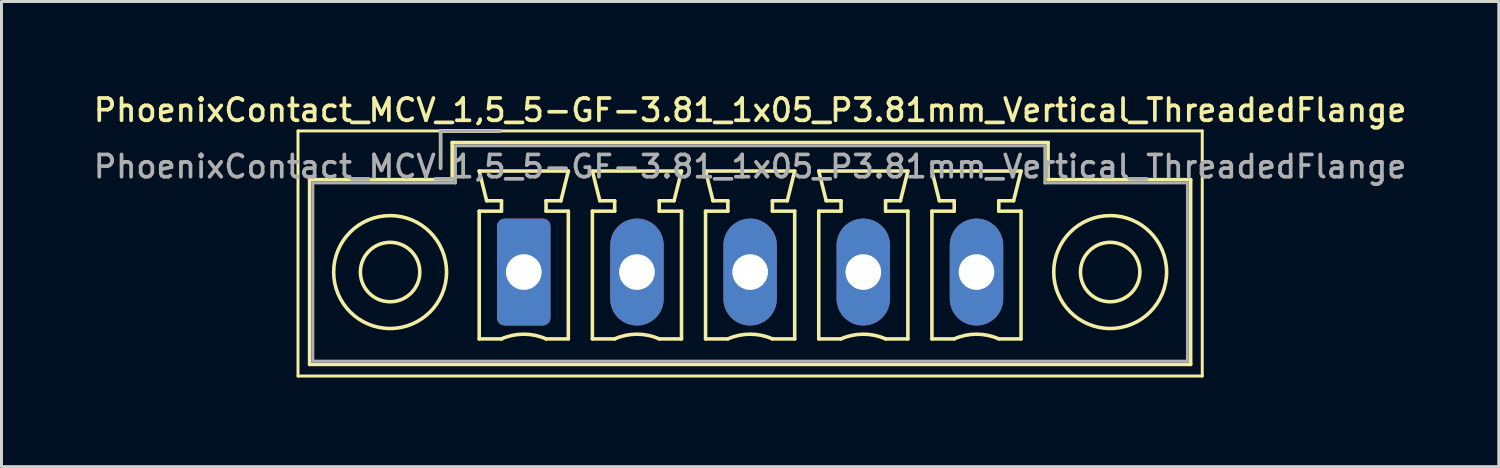
<source format=kicad_pcb>
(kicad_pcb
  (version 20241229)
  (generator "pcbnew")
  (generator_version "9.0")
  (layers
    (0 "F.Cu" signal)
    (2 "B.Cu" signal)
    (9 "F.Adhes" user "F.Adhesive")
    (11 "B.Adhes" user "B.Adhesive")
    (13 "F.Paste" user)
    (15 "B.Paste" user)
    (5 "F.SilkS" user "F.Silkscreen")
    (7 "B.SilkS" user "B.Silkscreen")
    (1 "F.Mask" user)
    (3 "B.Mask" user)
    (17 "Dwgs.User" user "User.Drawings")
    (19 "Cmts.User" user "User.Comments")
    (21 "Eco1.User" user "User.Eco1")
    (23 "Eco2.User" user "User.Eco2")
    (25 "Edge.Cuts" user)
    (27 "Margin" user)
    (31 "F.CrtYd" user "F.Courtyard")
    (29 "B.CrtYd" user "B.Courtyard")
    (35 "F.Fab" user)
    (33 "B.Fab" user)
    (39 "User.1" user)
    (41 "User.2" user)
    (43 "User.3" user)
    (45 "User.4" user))
  (footprint "PhoenixContact_MCV_1,5_5-GF-3.81_1x05_P3.81mm_Vertical_ThreadedFlange"
    (layer "F.Cu")
    (at 14.582 6.108)
    (property "Reference" "PhoenixContact_MCV_1,5_5-GF-3.81_1x05_P3.81mm_Vertical_ThreadedFlange" (at 7.62 -5.45 0) (layer "F.SilkS") (effects (font (size 0.75 0.75) (thickness 0.125))))
    (attr through_hole)
    (fp_line (start -7.6 -4.75) (end -7.6 3.5) (stroke (width 0.1) (type solid)) (layer "F.SilkS"))
    (fp_line (start -7.6 3.5) (end 22.84 3.5) (stroke (width 0.1) (type solid)) (layer "F.SilkS"))
    (fp_line (start -7.21 -3.11) (end -7.21 3.11) (stroke (width 0.12) (type solid)) (layer "F.SilkS"))
    (fp_line (start -7.21 3.11) (end 22.45 3.11) (stroke (width 0.12) (type solid)) (layer "F.SilkS"))
    (fp_line (start -2.8 -4.75) (end -0.8 -4.75) (stroke (width 0.12) (type solid)) (layer "F.SilkS"))
    (fp_line (start -2.8 -3.5) (end -2.8 -4.75) (stroke (width 0.12) (type solid)) (layer "F.SilkS"))
    (fp_line (start -2.41 -4.36) (end -2.41 -3.11) (stroke (width 0.12) (type solid)) (layer "F.SilkS"))
    (fp_line (start -2.41 -3.11) (end -7.21 -3.11) (stroke (width 0.12) (type solid)) (layer "F.SilkS"))
    (fp_line (start -1.5 -3.4) (end 1.5 -3.4) (stroke (width 0.12) (type solid)) (layer "F.SilkS"))
    (fp_line (start -1.5 -2.05) (end -0.75 -2.05) (stroke (width 0.12) (type solid)) (layer "F.SilkS"))
    (fp_line (start -1.5 2.25) (end -1.5 -2.05) (stroke (width 0.12) (type solid)) (layer "F.SilkS"))
    (fp_line (start -1.25 -2.4) (end -1.5 -3.4) (stroke (width 0.12) (type solid)) (layer "F.SilkS"))
    (fp_line (start -0.75 -2.4) (end -1.25 -2.4) (stroke (width 0.12) (type solid)) (layer "F.SilkS"))
    (fp_line (start -0.75 -2.05) (end -0.75 -2.4) (stroke (width 0.12) (type solid)) (layer "F.SilkS"))
    (fp_line (start -0.75 2.25) (end -1.5 2.25) (stroke (width 0.12) (type solid)) (layer "F.SilkS"))
    (fp_line (start 0.75 -2.4) (end 0.75 -2.05) (stroke (width 0.12) (type solid)) (layer "F.SilkS"))
    (fp_line (start 0.75 -2.05) (end 1.5 -2.05) (stroke (width 0.12) (type solid)) (layer "F.SilkS"))
    (fp_line (start 1.25 -2.4) (end 0.75 -2.4) (stroke (width 0.12) (type solid)) (layer "F.SilkS"))
    (fp_line (start 1.5 -3.4) (end 1.25 -2.4) (stroke (width 0.12) (type solid)) (layer "F.SilkS"))
    (fp_line (start 1.5 -2.05) (end 1.5 2.25) (stroke (width 0.12) (type solid)) (layer "F.SilkS"))
    (fp_line (start 1.5 2.25) (end 0.75 2.25) (stroke (width 0.12) (type solid)) (layer "F.SilkS"))
    (fp_line (start 2.31 -3.4) (end 5.31 -3.4) (stroke (width 0.12) (type solid)) (layer "F.SilkS"))
    (fp_line (start 2.31 -2.05) (end 3.06 -2.05) (stroke (width 0.12) (type solid)) (layer "F.SilkS"))
    (fp_line (start 2.31 2.25) (end 2.31 -2.05) (stroke (width 0.12) (type solid)) (layer "F.SilkS"))
    (fp_line (start 2.56 -2.4) (end 2.31 -3.4) (stroke (width 0.12) (type solid)) (layer "F.SilkS"))
    (fp_line (start 3.06 -2.4) (end 2.56 -2.4) (stroke (width 0.12) (type solid)) (layer "F.SilkS"))
    (fp_line (start 3.06 -2.05) (end 3.06 -2.4) (stroke (width 0.12) (type solid)) (layer "F.SilkS"))
    (fp_line (start 3.06 2.25) (end 2.31 2.25) (stroke (width 0.12) (type solid)) (layer "F.SilkS"))
    (fp_line (start 4.56 -2.4) (end 4.56 -2.05) (stroke (width 0.12) (type solid)) (layer "F.SilkS"))
    (fp_line (start 4.56 -2.05) (end 5.31 -2.05) (stroke (width 0.12) (type solid)) (layer "F.SilkS"))
    (fp_line (start 5.06 -2.4) (end 4.56 -2.4) (stroke (width 0.12) (type solid)) (layer "F.SilkS"))
    (fp_line (start 5.31 -3.4) (end 5.06 -2.4) (stroke (width 0.12) (type solid)) (layer "F.SilkS"))
    (fp_line (start 5.31 -2.05) (end 5.31 2.25) (stroke (width 0.12) (type solid)) (layer "F.SilkS"))
    (fp_line (start 5.31 2.25) (end 4.56 2.25) (stroke (width 0.12) (type solid)) (layer "F.SilkS"))
    (fp_line (start 6.12 -3.4) (end 9.12 -3.4) (stroke (width 0.12) (type solid)) (layer "F.SilkS"))
    (fp_line (start 6.12 -2.05) (end 6.87 -2.05) (stroke (width 0.12) (type solid)) (layer "F.SilkS"))
    (fp_line (start 6.12 2.25) (end 6.12 -2.05) (stroke (width 0.12) (type solid)) (layer "F.SilkS"))
    (fp_line (start 6.37 -2.4) (end 6.12 -3.4) (stroke (width 0.12) (type solid)) (layer "F.SilkS"))
    (fp_line (start 6.87 -2.4) (end 6.37 -2.4) (stroke (width 0.12) (type solid)) (layer "F.SilkS"))
    (fp_line (start 6.87 -2.05) (end 6.87 -2.4) (stroke (width 0.12) (type solid)) (layer "F.SilkS"))
    (fp_line (start 6.87 2.25) (end 6.12 2.25) (stroke (width 0.12) (type solid)) (layer "F.SilkS"))
    (fp_line (start 8.37 -2.4) (end 8.37 -2.05) (stroke (width 0.12) (type solid)) (layer "F.SilkS"))
    (fp_line (start 8.37 -2.05) (end 9.12 -2.05) (stroke (width 0.12) (type solid)) (layer "F.SilkS"))
    (fp_line (start 8.87 -2.4) (end 8.37 -2.4) (stroke (width 0.12) (type solid)) (layer "F.SilkS"))
    (fp_line (start 9.12 -3.4) (end 8.87 -2.4) (stroke (width 0.12) (type solid)) (layer "F.SilkS"))
    (fp_line (start 9.12 -2.05) (end 9.12 2.25) (stroke (width 0.12) (type solid)) (layer "F.SilkS"))
    (fp_line (start 9.12 2.25) (end 8.37 2.25) (stroke (width 0.12) (type solid)) (layer "F.SilkS"))
    (fp_line (start 9.93 -3.4) (end 12.93 -3.4) (stroke (width 0.12) (type solid)) (layer "F.SilkS"))
    (fp_line (start 9.93 -2.05) (end 10.68 -2.05) (stroke (width 0.12) (type solid)) (layer "F.SilkS"))
    (fp_line (start 9.93 2.25) (end 9.93 -2.05) (stroke (width 0.12) (type solid)) (layer "F.SilkS"))
    (fp_line (start 10.18 -2.4) (end 9.93 -3.4) (stroke (width 0.12) (type solid)) (layer "F.SilkS"))
    (fp_line (start 10.68 -2.4) (end 10.18 -2.4) (stroke (width 0.12) (type solid)) (layer "F.SilkS"))
    (fp_line (start 10.68 -2.05) (end 10.68 -2.4) (stroke (width 0.12) (type solid)) (layer "F.SilkS"))
    (fp_line (start 10.68 2.25) (end 9.93 2.25) (stroke (width 0.12) (type solid)) (layer "F.SilkS"))
    (fp_line (start 12.18 -2.4) (end 12.18 -2.05) (stroke (width 0.12) (type solid)) (layer "F.SilkS"))
    (fp_line (start 12.18 -2.05) (end 12.93 -2.05) (stroke (width 0.12) (type solid)) (layer "F.SilkS"))
    (fp_line (start 12.68 -2.4) (end 12.18 -2.4) (stroke (width 0.12) (type solid)) (layer "F.SilkS"))
    (fp_line (start 12.93 -3.4) (end 12.68 -2.4) (stroke (width 0.12) (type solid)) (layer "F.SilkS"))
    (fp_line (start 12.93 -2.05) (end 12.93 2.25) (stroke (width 0.12) (type solid)) (layer "F.SilkS"))
    (fp_line (start 12.93 2.25) (end 12.18 2.25) (stroke (width 0.12) (type solid)) (layer "F.SilkS"))
    (fp_line (start 13.74 -3.4) (end 16.74 -3.4) (stroke (width 0.12) (type solid)) (layer "F.SilkS"))
    (fp_line (start 13.74 -2.05) (end 14.49 -2.05) (stroke (width 0.12) (type solid)) (layer "F.SilkS"))
    (fp_line (start 13.74 2.25) (end 13.74 -2.05) (stroke (width 0.12) (type solid)) (layer "F.SilkS"))
    (fp_line (start 13.99 -2.4) (end 13.74 -3.4) (stroke (width 0.12) (type solid)) (layer "F.SilkS"))
    (fp_line (start 14.49 -2.4) (end 13.99 -2.4) (stroke (width 0.12) (type solid)) (layer "F.SilkS"))
    (fp_line (start 14.49 -2.05) (end 14.49 -2.4) (stroke (width 0.12) (type solid)) (layer "F.SilkS"))
    (fp_line (start 14.49 2.25) (end 13.74 2.25) (stroke (width 0.12) (type solid)) (layer "F.SilkS"))
    (fp_line (start 15.99 -2.4) (end 15.99 -2.05) (stroke (width 0.12) (type solid)) (layer "F.SilkS"))
    (fp_line (start 15.99 -2.05) (end 16.74 -2.05) (stroke (width 0.12) (type solid)) (layer "F.SilkS"))
    (fp_line (start 16.49 -2.4) (end 15.99 -2.4) (stroke (width 0.12) (type solid)) (layer "F.SilkS"))
    (fp_line (start 16.74 -3.4) (end 16.49 -2.4) (stroke (width 0.12) (type solid)) (layer "F.SilkS"))
    (fp_line (start 16.74 -2.05) (end 16.74 2.25) (stroke (width 0.12) (type solid)) (layer "F.SilkS"))
    (fp_line (start 16.74 2.25) (end 15.99 2.25) (stroke (width 0.12) (type solid)) (layer "F.SilkS"))
    (fp_line (start 17.65 -4.36) (end -2.41 -4.36) (stroke (width 0.12) (type solid)) (layer "F.SilkS"))
    (fp_line (start 17.65 -3.11) (end 17.65 -4.36) (stroke (width 0.12) (type solid)) (layer "F.SilkS"))
    (fp_line (start 22.45 -3.11) (end 17.65 -3.11) (stroke (width 0.12) (type solid)) (layer "F.SilkS"))
    (fp_line (start 22.45 3.11) (end 22.45 -3.11) (stroke (width 0.12) (type solid)) (layer "F.SilkS"))
    (fp_line (start 22.84 -4.75) (end -7.6 -4.75) (stroke (width 0.1) (type solid)) (layer "F.SilkS"))
    (fp_line (start 22.84 3.5) (end 22.84 -4.75) (stroke (width 0.1) (type solid)) (layer "F.SilkS"))
    (fp_arc (start -0.75 2.25) (mid -0.000193 2.09191) (end 0.749647 2.249844) (stroke (width 0.12) (type solid)) (layer "F.SilkS"))
    (fp_arc (start 3.06 2.25) (mid 3.809807 2.09191) (end 4.559647 2.249844) (stroke (width 0.12) (type solid)) (layer "F.SilkS"))
    (fp_arc (start 6.87 2.25) (mid 7.619807 2.09191) (end 8.369647 2.249844) (stroke (width 0.12) (type solid)) (layer "F.SilkS"))
    (fp_arc (start 10.68 2.25) (mid 11.429807 2.09191) (end 12.179647 2.249844) (stroke (width 0.12) (type solid)) (layer "F.SilkS"))
    (fp_arc (start 14.49 2.25) (mid 15.239807 2.09191) (end 15.989647 2.249844) (stroke (width 0.12) (type solid)) (layer "F.SilkS"))
    (fp_circle (center -4.5 0) (end -3.5 0) (stroke (width 0.12) (type solid)) (fill no) (layer "F.SilkS"))
    (fp_circle (center -4.5 0) (end -2.6 0) (stroke (width 0.12) (type solid)) (fill no) (layer "F.SilkS"))
    (fp_circle (center 19.74 0) (end 20.74 0) (stroke (width 0.12) (type solid)) (fill no) (layer "F.SilkS"))
    (fp_circle (center 19.74 0) (end 21.64 0) (stroke (width 0.12) (type solid)) (fill no) (layer "F.SilkS"))
    (fp_line (start -7.1 -3) (end -7.1 3) (stroke (width 0.1) (type solid)) (layer "F.Fab"))
    (fp_line (start -7.1 3) (end 22.34 3) (stroke (width 0.1) (type solid)) (layer "F.Fab"))
    (fp_line (start -2.8 -4.75) (end -0.8 -4.75) (stroke (width 0.1) (type solid)) (layer "F.Fab"))
    (fp_line (start -2.8 -3.5) (end -2.8 -4.75) (stroke (width 0.1) (type solid)) (layer "F.Fab"))
    (fp_line (start -2.3 -4.25) (end -2.3 -3) (stroke (width 0.1) (type solid)) (layer "F.Fab"))
    (fp_line (start -2.3 -3) (end -7.1 -3) (stroke (width 0.1) (type solid)) (layer "F.Fab"))
    (fp_line (start 17.54 -4.25) (end -2.3 -4.25) (stroke (width 0.1) (type solid)) (layer "F.Fab"))
    (fp_line (start 17.54 -3) (end 17.54 -4.25) (stroke (width 0.1) (type solid)) (layer "F.Fab"))
    (fp_line (start 22.34 -3) (end 17.54 -3) (stroke (width 0.1) (type solid)) (layer "F.Fab"))
    (fp_line (start 22.34 3) (end 22.34 -3) (stroke (width 0.1) (type solid)) (layer "F.Fab"))
    (fp_text user "${REFERENCE}" (at 7.62 -3.55 0) (layer "F.Fab") (effects (font (size 0.75 0.75) (thickness 0.125))))
    (pad "1" thru_hole roundrect (at 0 0) (size 1.8 3.6) (drill 1.2) (layers "*.Cu" "*.Mask") (roundrect_rratio 0.139))
    (pad "2" thru_hole oval (at 3.81 0) (size 1.8 3.6) (drill 1.2) (layers "*.Cu" "*.Mask"))
    (pad "3" thru_hole oval (at 7.62 0) (size 1.8 3.6) (drill 1.2) (layers "*.Cu" "*.Mask"))
    (pad "4" thru_hole oval (at 11.43 0) (size 1.8 3.6) (drill 1.2) (layers "*.Cu" "*.Mask"))
    (pad "5" thru_hole oval (at 15.24 0) (size 1.8 3.6) (drill 1.2) (layers "*.Cu" "*.Mask")))
  (gr_rect
    (start -3 -3)
    (end 47.404 12.658)
    (stroke (width 0.1) (type default))
    (fill no)
    (layer "Edge.Cuts")))
</source>
